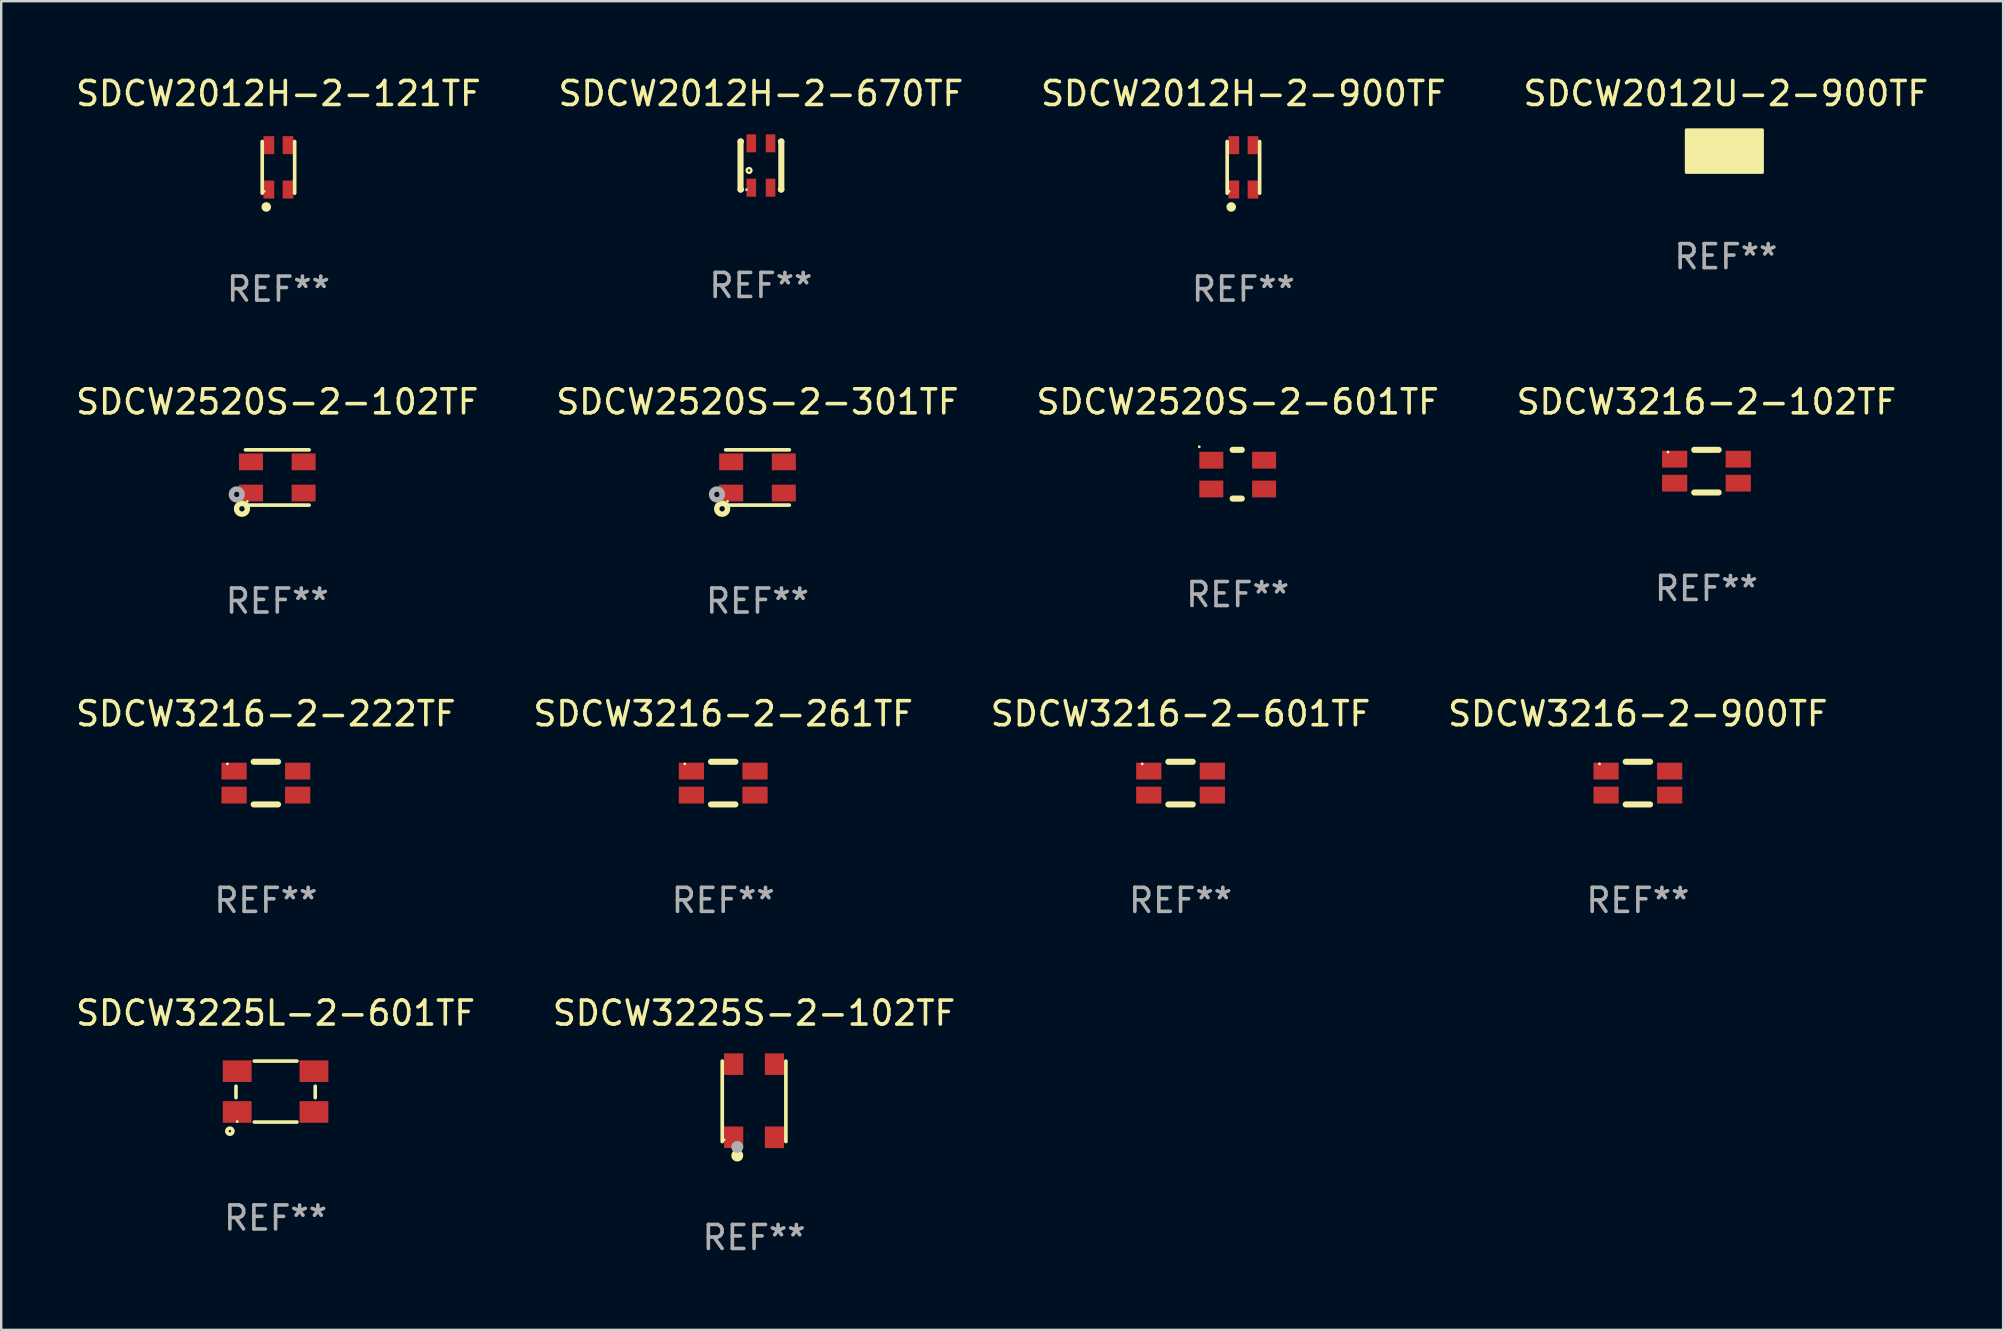
<source format=kicad_pcb>
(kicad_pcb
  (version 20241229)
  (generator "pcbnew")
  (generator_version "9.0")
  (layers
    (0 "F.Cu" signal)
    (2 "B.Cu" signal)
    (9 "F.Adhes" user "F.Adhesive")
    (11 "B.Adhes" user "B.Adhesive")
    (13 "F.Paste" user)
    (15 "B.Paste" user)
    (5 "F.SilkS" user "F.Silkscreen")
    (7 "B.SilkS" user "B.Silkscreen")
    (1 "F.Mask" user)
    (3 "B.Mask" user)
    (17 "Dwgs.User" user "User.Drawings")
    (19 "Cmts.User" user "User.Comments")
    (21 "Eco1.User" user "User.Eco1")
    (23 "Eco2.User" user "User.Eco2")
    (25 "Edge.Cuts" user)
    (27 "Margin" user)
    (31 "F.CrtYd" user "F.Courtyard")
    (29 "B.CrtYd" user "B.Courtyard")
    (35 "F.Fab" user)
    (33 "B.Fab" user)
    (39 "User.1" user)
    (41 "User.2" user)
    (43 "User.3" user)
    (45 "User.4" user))
  (footprint "SDCW2012U-2-900TF"
    (layer "F.Cu")
    (at 68.875 3.248)
    (property "Reference" "SDCW2012U-2-900TF" (at 0 -2.4 0) (layer "F.SilkS") (effects (font (size 1 1) (thickness 0.15))))
    (attr through_hole)
    (fp_circle (center -1 0.6) (end -0.97 0.6) (stroke (width 0.06) (type solid)) (fill no) (layer "F.SilkS"))
    (fp_poly (pts (xy -1.651 -0.889) (xy 1.524 -0.889) (xy 1.524 0.889) (xy -1.651 0.889)) (stroke (width 0.12) (type solid)) (fill yes) (layer "F.SilkS"))
    (fp_text user "REF**" (at 0 4.4 0) (layer "F.Fab") (effects (font (size 1 1) (thickness 0.15))))
    (pad "1" smd rect (at -0.85 0.4) (size 1 0.5) (layers "F.Cu" "F.Mask" "F.Paste"))
    (pad "2" smd rect (at 0.85 0.4) (size 1 0.5) (layers "F.Cu" "F.Mask" "F.Paste"))
    (pad "3" smd rect (at 0.85 -0.4) (size 1 0.5) (layers "F.Cu" "F.Mask" "F.Paste"))
    (pad "4" smd rect (at -0.85 -0.4) (size 1 0.5) (layers "F.Cu" "F.Mask" "F.Paste")))
  (footprint "SDCW3225S-2-102TF"
    (layer "F.Cu")
    (at 28.375 42.847)
    (property "Reference" "SDCW3225S-2-102TF" (at 0 -3.676 0) (layer "F.SilkS") (effects (font (size 1 1) (thickness 0.15))))
    (attr through_hole)
    (fp_line (start -1.326 1.676) (end -1.326 -1.676) (stroke (width 0.152) (type solid)) (layer "F.SilkS"))
    (fp_line (start 1.326 1.676) (end 1.326 -1.676) (stroke (width 0.152) (type solid)) (layer "F.SilkS"))
    (fp_circle (center -1.25 1.6) (end -1.22 1.6) (stroke (width 0.06) (type solid)) (fill no) (layer "F.SilkS"))
    (fp_circle (center -0.7 2.26) (end -0.575 2.26) (stroke (width 0.25) (type solid)) (fill no) (layer "F.SilkS"))
    (fp_circle (center -0.7 1.9) (end -0.575 1.9) (stroke (width 0.25) (type solid)) (fill no) (layer "F.Fab"))
    (fp_text user "REF**" (at 0 5.676 0) (layer "F.Fab") (effects (font (size 1 1) (thickness 0.15))))
    (pad "1" smd rect (at -0.85 1.5) (size 0.8 0.9) (layers "F.Cu" "F.Mask" "F.Paste"))
    (pad "2" smd rect (at -0.85 -1.55) (size 0.8 0.9) (layers "F.Cu" "F.Mask" "F.Paste"))
    (pad "3" smd rect (at 0.85 -1.55) (size 0.8 0.9) (layers "F.Cu" "F.Mask" "F.Paste"))
    (pad "4" smd rect (at 0.85 1.5) (size 0.8 0.9) (layers "F.Cu" "F.Mask" "F.Paste")))
  (footprint "SDCW2012H-2-670TF"
    (layer "F.Cu")
    (at 28.661 3.848)
    (property "Reference" "SDCW2012H-2-670TF" (at 0 -3 0) (layer "F.SilkS") (effects (font (size 1 1) (thickness 0.15))))
    (attr through_hole)
    (fp_line (start -0.85 -1) (end -0.831 -1) (stroke (width 0.254) (type solid)) (layer "F.SilkS"))
    (fp_line (start -0.85 1) (end -0.85 -1) (stroke (width 0.254) (type solid)) (layer "F.SilkS"))
    (fp_line (start -0.85 1) (end -0.831 1) (stroke (width 0.254) (type solid)) (layer "F.SilkS"))
    (fp_line (start 0.831 -1) (end 0.85 -1) (stroke (width 0.254) (type solid)) (layer "F.SilkS"))
    (fp_line (start 0.831 1) (end 0.85 1) (stroke (width 0.254) (type solid)) (layer "F.SilkS"))
    (fp_line (start 0.85 1) (end 0.85 -1) (stroke (width 0.254) (type solid)) (layer "F.SilkS"))
    (fp_circle (center -0.6 1.01) (end -0.57 1.01) (stroke (width 0.06) (type solid)) (fill no) (layer "F.SilkS"))
    (fp_circle (center -0.495 0.205) (end -0.395 0.205) (stroke (width 0.1) (type solid)) (fill no) (layer "F.SilkS"))
    (fp_circle (center -0.6 1.01) (end -0.57 1.01) (stroke (width 0.06) (type solid)) (fill no) (layer "F.Fab"))
    (fp_text user "REF**" (at 0 5 0) (layer "F.Fab") (effects (font (size 1 1) (thickness 0.15))))
    (pad "1" smd rect (at -0.4 0.925 90) (size 0.75 0.4) (layers "F.Cu" "F.Mask" "F.Paste"))
    (pad "2" smd rect (at -0.4 -0.925 90) (size 0.75 0.4) (layers "F.Cu" "F.Mask" "F.Paste"))
    (pad "3" smd rect (at 0.4 -0.925 90) (size 0.75 0.4) (layers "F.Cu" "F.Mask" "F.Paste"))
    (pad "4" smd rect (at 0.4 0.925 90) (size 0.75 0.4) (layers "F.Cu" "F.Mask" "F.Paste")))
  (footprint "SDCW2520S-2-301TF"
    (layer "F.Cu")
    (at 28.518 16.848)
    (property "Reference" "SDCW2520S-2-301TF" (at 0 -3.151 0) (layer "F.SilkS") (effects (font (size 1 1) (thickness 0.15))))
    (attr through_hole)
    (fp_line (start -1.326 -1.151) (end 1.326 -1.151) (stroke (width 0.152) (type solid)) (layer "F.SilkS"))
    (fp_line (start -1.326 1.151) (end 1.326 1.151) (stroke (width 0.152) (type solid)) (layer "F.SilkS"))
    (fp_circle (center -1.473 1.305) (end -1.361 1.305) (stroke (width 0.225) (type solid)) (fill no) (layer "F.SilkS"))
    (fp_circle (center -1.25 0.999) (end -1.22 0.999) (stroke (width 0.06) (type solid)) (fill no) (layer "F.SilkS"))
    (fp_circle (center -1.69 0.706) (end -1.578 0.706) (stroke (width 0.225) (type solid)) (fill no) (layer "F.Fab"))
    (fp_text user "REF**" (at 0 5.151 0) (layer "F.Fab") (effects (font (size 1 1) (thickness 0.15))))
    (pad "1" smd rect (at -1.097 0.649) (size 1 0.7) (layers "F.Cu" "F.Mask" "F.Paste"))
    (pad "2" smd rect (at 1.097 0.649) (size 1 0.7) (layers "F.Cu" "F.Mask" "F.Paste"))
    (pad "3" smd rect (at 1.097 -0.651) (size 1 0.7) (layers "F.Cu" "F.Mask" "F.Paste"))
    (pad "4" smd rect (at -1.097 -0.651) (size 1 0.7) (layers "F.Cu" "F.Mask" "F.Paste")))
  (footprint "SDCW2012H-2-121TF"
    (layer "F.Cu")
    (at 8.554 3.924)
    (property "Reference" "SDCW2012H-2-121TF" (at 0 -3.076 0) (layer "F.SilkS") (effects (font (size 1 1) (thickness 0.15))))
    (attr through_hole)
    (fp_line (start -0.676 1.076) (end -0.676 -1.076) (stroke (width 0.152) (type solid)) (layer "F.SilkS"))
    (fp_line (start 0.676 1.076) (end 0.676 -1.076) (stroke (width 0.152) (type solid)) (layer "F.SilkS"))
    (fp_circle (center -0.6 1) (end -0.57 1) (stroke (width 0.06) (type solid)) (fill no) (layer "F.SilkS"))
    (fp_circle (center -0.508 1.651) (end -0.408 1.651) (stroke (width 0.2) (type solid)) (fill no) (layer "F.SilkS"))
    (fp_text user "REF**" (at 0 5.076 0) (layer "F.Fab") (effects (font (size 1 1) (thickness 0.15))))
    (pad "1" smd rect (at -0.4 0.925) (size 0.448 0.75) (layers "F.Cu" "F.Mask" "F.Paste"))
    (pad "2" smd rect (at 0.4 0.925) (size 0.448 0.75) (layers "F.Cu" "F.Mask" "F.Paste"))
    (pad "3" smd rect (at 0.4 -0.925) (size 0.448 0.75) (layers "F.Cu" "F.Mask" "F.Paste"))
    (pad "4" smd rect (at -0.4 -0.925) (size 0.448 0.75) (layers "F.Cu" "F.Mask" "F.Paste")))
  (footprint "SDCW3216-2-222TF"
    (layer "F.Cu")
    (at 8.03 29.585)
    (property "Reference" "SDCW3216-2-222TF" (at 0 -2.889 0) (layer "F.SilkS") (effects (font (size 1 1) (thickness 0.15))))
    (attr through_hole)
    (fp_line (start -0.508 0.889) (end 0.508 0.889) (stroke (width 0.254) (type solid)) (layer "F.SilkS"))
    (fp_line (start 0.508 -0.889) (end -0.508 -0.889) (stroke (width 0.254) (type solid)) (layer "F.SilkS"))
    (fp_circle (center -1.6 -0.8) (end -1.57 -0.8) (stroke (width 0.06) (type solid)) (fill no) (layer "F.SilkS"))
    (fp_text user "REF**" (at 0 4.889 0) (layer "F.Fab") (effects (font (size 1 1) (thickness 0.15))))
    (pad "1" smd rect (at -1.325 -0.5 180) (size 1.05 0.7) (layers "F.Cu" "F.Mask" "F.Paste"))
    (pad "2" smd rect (at 1.325 -0.5 180) (size 1.05 0.7) (layers "F.Cu" "F.Mask" "F.Paste"))
    (pad "3" smd rect (at 1.325 0.5 180) (size 1.05 0.7) (layers "F.Cu" "F.Mask" "F.Paste"))
    (pad "4" smd rect (at -1.325 0.5 180) (size 1.05 0.7) (layers "F.Cu" "F.Mask" "F.Paste")))
  (footprint "SDCW2520S-2-102TF"
    (layer "F.Cu")
    (at 8.506 16.848)
    (property "Reference" "SDCW2520S-2-102TF" (at 0 -3.151 0) (layer "F.SilkS") (effects (font (size 1 1) (thickness 0.15))))
    (attr through_hole)
    (fp_line (start -1.326 -1.151) (end 1.326 -1.151) (stroke (width 0.152) (type solid)) (layer "F.SilkS"))
    (fp_line (start -1.326 1.151) (end 1.326 1.151) (stroke (width 0.152) (type solid)) (layer "F.SilkS"))
    (fp_circle (center -1.473 1.305) (end -1.361 1.305) (stroke (width 0.225) (type solid)) (fill no) (layer "F.SilkS"))
    (fp_circle (center -1.25 0.999) (end -1.22 0.999) (stroke (width 0.06) (type solid)) (fill no) (layer "F.SilkS"))
    (fp_circle (center -1.69 0.706) (end -1.578 0.706) (stroke (width 0.225) (type solid)) (fill no) (layer "F.Fab"))
    (fp_text user "REF**" (at 0 5.151 0) (layer "F.Fab") (effects (font (size 1 1) (thickness 0.15))))
    (pad "1" smd rect (at -1.097 0.649) (size 1 0.7) (layers "F.Cu" "F.Mask" "F.Paste"))
    (pad "2" smd rect (at 1.097 0.649) (size 1 0.7) (layers "F.Cu" "F.Mask" "F.Paste"))
    (pad "3" smd rect (at 1.097 -0.651) (size 1 0.7) (layers "F.Cu" "F.Mask" "F.Paste"))
    (pad "4" smd rect (at -1.097 -0.651) (size 1 0.7) (layers "F.Cu" "F.Mask" "F.Paste")))
  (footprint "SDCW2520S-2-601TF"
    (layer "F.Cu")
    (at 48.53 16.713)
    (property "Reference" "SDCW2520S-2-601TF" (at 0 -3.016 0) (layer "F.SilkS") (effects (font (size 1 1) (thickness 0.15))))
    (attr through_hole)
    (fp_line (start -0.211 -1.016) (end 0.17 -1.016) (stroke (width 0.254) (type solid)) (layer "F.SilkS"))
    (fp_line (start -0.211 1.016) (end 0.17 1.016) (stroke (width 0.254) (type solid)) (layer "F.SilkS"))
    (fp_circle (center -1.6 -1.143) (end -1.57 -1.143) (stroke (width 0.06) (type solid)) (fill no) (layer "F.SilkS"))
    (fp_text user "REF**" (at 0 5.016 0) (layer "F.Fab") (effects (font (size 1 1) (thickness 0.15))))
    (pad "1" smd rect (at -1.1 -0.585) (size 1 0.7) (layers "F.Cu" "F.Mask" "F.Paste"))
    (pad "2" smd rect (at 1.1 -0.585) (size 1 0.7) (layers "F.Cu" "F.Mask" "F.Paste"))
    (pad "3" smd rect (at 1.1 0.615) (size 1 0.7) (layers "F.Cu" "F.Mask" "F.Paste"))
    (pad "4" smd rect (at -1.1 0.615) (size 1 0.7) (layers "F.Cu" "F.Mask" "F.Paste")))
  (footprint "SDCW3216-2-601TF"
    (layer "F.Cu")
    (at 46.149 29.585)
    (property "Reference" "SDCW3216-2-601TF" (at 0 -2.889 0) (layer "F.SilkS") (effects (font (size 1 1) (thickness 0.15))))
    (attr through_hole)
    (fp_line (start -0.508 0.889) (end 0.508 0.889) (stroke (width 0.254) (type solid)) (layer "F.SilkS"))
    (fp_line (start 0.508 -0.889) (end -0.508 -0.889) (stroke (width 0.254) (type solid)) (layer "F.SilkS"))
    (fp_circle (center -1.6 -0.8) (end -1.57 -0.8) (stroke (width 0.06) (type solid)) (fill no) (layer "F.SilkS"))
    (fp_text user "REF**" (at 0 4.889 0) (layer "F.Fab") (effects (font (size 1 1) (thickness 0.15))))
    (pad "1" smd rect (at -1.325 -0.5 180) (size 1.05 0.7) (layers "F.Cu" "F.Mask" "F.Paste"))
    (pad "2" smd rect (at 1.325 -0.5 180) (size 1.05 0.7) (layers "F.Cu" "F.Mask" "F.Paste"))
    (pad "3" smd rect (at 1.325 0.5 180) (size 1.05 0.7) (layers "F.Cu" "F.Mask" "F.Paste"))
    (pad "4" smd rect (at -1.325 0.5 180) (size 1.05 0.7) (layers "F.Cu" "F.Mask" "F.Paste")))
  (footprint "SDCW2012H-2-900TF"
    (layer "F.Cu")
    (at 48.768 3.924)
    (property "Reference" "SDCW2012H-2-900TF" (at 0 -3.076 0) (layer "F.SilkS") (effects (font (size 1 1) (thickness 0.15))))
    (attr through_hole)
    (fp_line (start -0.676 1.076) (end -0.676 -1.076) (stroke (width 0.152) (type solid)) (layer "F.SilkS"))
    (fp_line (start 0.676 1.076) (end 0.676 -1.076) (stroke (width 0.152) (type solid)) (layer "F.SilkS"))
    (fp_circle (center -0.6 1) (end -0.57 1) (stroke (width 0.06) (type solid)) (fill no) (layer "F.SilkS"))
    (fp_circle (center -0.508 1.651) (end -0.408 1.651) (stroke (width 0.2) (type solid)) (fill no) (layer "F.SilkS"))
    (fp_text user "REF**" (at 0 5.076 0) (layer "F.Fab") (effects (font (size 1 1) (thickness 0.15))))
    (pad "1" smd rect (at -0.4 0.925) (size 0.448 0.75) (layers "F.Cu" "F.Mask" "F.Paste"))
    (pad "2" smd rect (at 0.4 0.925) (size 0.448 0.75) (layers "F.Cu" "F.Mask" "F.Paste"))
    (pad "3" smd rect (at 0.4 -0.925) (size 0.448 0.75) (layers "F.Cu" "F.Mask" "F.Paste"))
    (pad "4" smd rect (at -0.4 -0.925) (size 0.448 0.75) (layers "F.Cu" "F.Mask" "F.Paste")))
  (footprint "SDCW3216-2-261TF"
    (layer "F.Cu")
    (at 27.089 29.585)
    (property "Reference" "SDCW3216-2-261TF" (at 0 -2.889 0) (layer "F.SilkS") (effects (font (size 1 1) (thickness 0.15))))
    (attr through_hole)
    (fp_line (start -0.508 0.889) (end 0.508 0.889) (stroke (width 0.254) (type solid)) (layer "F.SilkS"))
    (fp_line (start 0.508 -0.889) (end -0.508 -0.889) (stroke (width 0.254) (type solid)) (layer "F.SilkS"))
    (fp_circle (center -1.6 -0.8) (end -1.57 -0.8) (stroke (width 0.06) (type solid)) (fill no) (layer "F.SilkS"))
    (fp_text user "REF**" (at 0 4.889 0) (layer "F.Fab") (effects (font (size 1 1) (thickness 0.15))))
    (pad "1" smd rect (at -1.325 -0.5 180) (size 1.05 0.7) (layers "F.Cu" "F.Mask" "F.Paste"))
    (pad "2" smd rect (at 1.325 -0.5 180) (size 1.05 0.7) (layers "F.Cu" "F.Mask" "F.Paste"))
    (pad "3" smd rect (at 1.325 0.5 180) (size 1.05 0.7) (layers "F.Cu" "F.Mask" "F.Paste"))
    (pad "4" smd rect (at -1.325 0.5 180) (size 1.05 0.7) (layers "F.Cu" "F.Mask" "F.Paste")))
  (footprint "SDCW3225L-2-601TF"
    (layer "F.Cu")
    (at 8.435 42.44)
    (property "Reference" "SDCW3225L-2-601TF" (at 0 -3.27 0) (layer "F.SilkS") (effects (font (size 1 1) (thickness 0.15))))
    (attr through_hole)
    (fp_line (start -1.651 -0.221) (end -1.651 0.254) (stroke (width 0.15) (type solid)) (layer "F.SilkS"))
    (fp_line (start -0.889 -1.27) (end 0.889 -1.27) (stroke (width 0.15) (type solid)) (layer "F.SilkS"))
    (fp_line (start -0.889 1.27) (end 0.889 1.27) (stroke (width 0.15) (type solid)) (layer "F.SilkS"))
    (fp_line (start 1.651 -0.221) (end 1.651 0.254) (stroke (width 0.15) (type solid)) (layer "F.SilkS"))
    (fp_circle (center -1.905 1.651) (end -1.778 1.651) (stroke (width 0.15) (type solid)) (fill no) (layer "F.SilkS"))
    (fp_circle (center -1.6 1.25) (end -1.57 1.25) (stroke (width 0.06) (type solid)) (fill no) (layer "F.SilkS"))
    (fp_text user "REF**" (at 0 5.27 0) (layer "F.Fab") (effects (font (size 1 1) (thickness 0.15))))
    (pad "1" smd rect (at -1.6 0.85) (size 1.2 0.9) (layers "F.Cu" "F.Mask" "F.Paste"))
    (pad "2" smd rect (at 1.6 0.85) (size 1.2 0.9) (layers "F.Cu" "F.Mask" "F.Paste"))
    (pad "3" smd rect (at 1.6 -0.85) (size 1.2 0.9) (layers "F.Cu" "F.Mask" "F.Paste"))
    (pad "4" smd rect (at -1.6 -0.85) (size 1.2 0.9) (layers "F.Cu" "F.Mask" "F.Paste")))
  (footprint "SDCW3216-2-102TF"
    (layer "F.Cu")
    (at 68.065 16.586)
    (property "Reference" "SDCW3216-2-102TF" (at 0 -2.889 0) (layer "F.SilkS") (effects (font (size 1 1) (thickness 0.15))))
    (attr through_hole)
    (fp_line (start -0.508 0.889) (end 0.508 0.889) (stroke (width 0.254) (type solid)) (layer "F.SilkS"))
    (fp_line (start 0.508 -0.889) (end -0.508 -0.889) (stroke (width 0.254) (type solid)) (layer "F.SilkS"))
    (fp_circle (center -1.6 -0.8) (end -1.57 -0.8) (stroke (width 0.06) (type solid)) (fill no) (layer "F.SilkS"))
    (fp_text user "REF**" (at 0 4.889 0) (layer "F.Fab") (effects (font (size 1 1) (thickness 0.15))))
    (pad "1" smd rect (at -1.325 -0.5 180) (size 1.05 0.7) (layers "F.Cu" "F.Mask" "F.Paste"))
    (pad "2" smd rect (at 1.325 -0.5 180) (size 1.05 0.7) (layers "F.Cu" "F.Mask" "F.Paste"))
    (pad "3" smd rect (at 1.325 0.5 180) (size 1.05 0.7) (layers "F.Cu" "F.Mask" "F.Paste"))
    (pad "4" smd rect (at -1.325 0.5 180) (size 1.05 0.7) (layers "F.Cu" "F.Mask" "F.Paste")))
  (footprint "SDCW3216-2-900TF"
    (layer "F.Cu")
    (at 65.208 29.585)
    (property "Reference" "SDCW3216-2-900TF" (at 0 -2.889 0) (layer "F.SilkS") (effects (font (size 1 1) (thickness 0.15))))
    (attr through_hole)
    (fp_line (start -0.508 0.889) (end 0.508 0.889) (stroke (width 0.254) (type solid)) (layer "F.SilkS"))
    (fp_line (start 0.508 -0.889) (end -0.508 -0.889) (stroke (width 0.254) (type solid)) (layer "F.SilkS"))
    (fp_circle (center -1.6 -0.8) (end -1.57 -0.8) (stroke (width 0.06) (type solid)) (fill no) (layer "F.SilkS"))
    (fp_text user "REF**" (at 0 4.889 0) (layer "F.Fab") (effects (font (size 1 1) (thickness 0.15))))
    (pad "1" smd rect (at -1.325 -0.5 180) (size 1.05 0.7) (layers "F.Cu" "F.Mask" "F.Paste"))
    (pad "2" smd rect (at 1.325 -0.5 180) (size 1.05 0.7) (layers "F.Cu" "F.Mask" "F.Paste"))
    (pad "3" smd rect (at 1.325 0.5 180) (size 1.05 0.7) (layers "F.Cu" "F.Mask" "F.Paste"))
    (pad "4" smd rect (at -1.325 0.5 180) (size 1.05 0.7) (layers "F.Cu" "F.Mask" "F.Paste")))
  (gr_rect
    (start -3 -3)
    (end 80.429 52.371)
    (stroke (width 0.1) (type default))
    (fill no)
    (layer "Edge.Cuts")))
</source>
